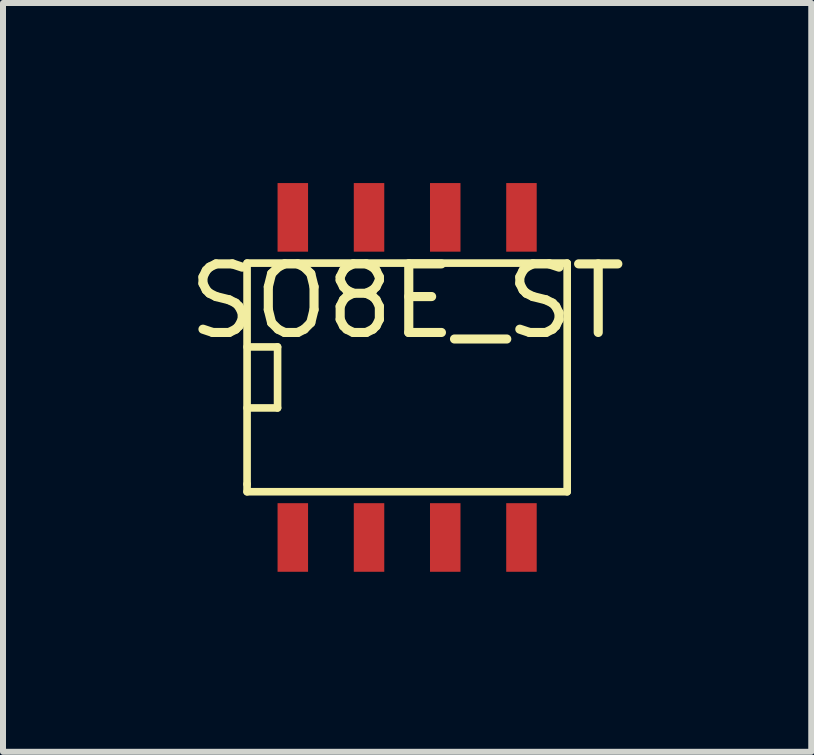
<source format=kicad_pcb>
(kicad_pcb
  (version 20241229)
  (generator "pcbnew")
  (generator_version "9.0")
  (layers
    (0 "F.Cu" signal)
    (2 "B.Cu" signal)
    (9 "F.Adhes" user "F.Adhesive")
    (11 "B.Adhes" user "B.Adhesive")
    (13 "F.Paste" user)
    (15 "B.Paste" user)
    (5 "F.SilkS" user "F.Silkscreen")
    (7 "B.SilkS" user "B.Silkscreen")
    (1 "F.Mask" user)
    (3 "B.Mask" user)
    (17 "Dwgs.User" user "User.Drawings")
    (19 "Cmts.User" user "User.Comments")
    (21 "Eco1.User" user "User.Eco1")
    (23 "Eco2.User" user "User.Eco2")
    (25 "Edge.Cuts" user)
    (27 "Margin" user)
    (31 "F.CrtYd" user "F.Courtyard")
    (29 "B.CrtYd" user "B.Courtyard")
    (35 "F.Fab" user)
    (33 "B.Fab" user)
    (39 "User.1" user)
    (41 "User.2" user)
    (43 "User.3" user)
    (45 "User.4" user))
  (footprint "SO8E_ST"
    (placed yes)
    (layer "F.Cu")
    (at 3.734 3.239)
    (property "Reference" "SO8E_ST" (at 0 -1.27 0) (layer "F.SilkS") (effects (font (size 1.143 1.143) (thickness 0.152))))
    (attr smd)
    (fp_line (start -2.667 -1.905) (end -2.667 1.778) (stroke (width 0.127) (type solid)) (layer "F.SilkS"))
    (fp_line (start -2.667 -0.508) (end -2.159 -0.508) (stroke (width 0.127) (type solid)) (layer "F.SilkS"))
    (fp_line (start -2.667 1.778) (end -2.667 1.905) (stroke (width 0.127) (type solid)) (layer "F.SilkS"))
    (fp_line (start -2.667 1.905) (end 2.667 1.905) (stroke (width 0.127) (type solid)) (layer "F.SilkS"))
    (fp_line (start -2.159 -0.508) (end -2.159 0.508) (stroke (width 0.127) (type solid)) (layer "F.SilkS"))
    (fp_line (start -2.159 0.508) (end -2.667 0.508) (stroke (width 0.127) (type solid)) (layer "F.SilkS"))
    (fp_line (start 2.667 -1.905) (end -2.667 -1.905) (stroke (width 0.127) (type solid)) (layer "F.SilkS"))
    (fp_line (start 2.667 -1.905) (end 2.667 1.905) (stroke (width 0.127) (type solid)) (layer "F.SilkS"))
    (pad "1" smd rect (at 1.905 2.667) (size 0.508 1.143) (layers "F.Cu" "F.Mask" "F.Paste"))
    (pad "2" smd rect (at -1.905 -2.667) (size 0.508 1.143) (layers "F.Cu" "F.Mask" "F.Paste"))
    (pad "2" smd rect (at -0.635 -2.667) (size 0.508 1.143) (layers "F.Cu" "F.Mask" "F.Paste"))
    (pad "2" smd rect (at 0.635 -2.667) (size 0.508 1.143) (layers "F.Cu" "F.Mask" "F.Paste"))
    (pad "2" smd rect (at 1.905 -2.667) (size 0.508 1.143) (layers "F.Cu" "F.Mask" "F.Paste"))
    (pad "3" smd rect (at -1.905 2.667) (size 0.508 1.143) (layers "F.Cu" "F.Mask" "F.Paste"))
    (pad "3" smd rect (at -0.635 2.667) (size 0.508 1.143) (layers "F.Cu" "F.Mask" "F.Paste"))
    (pad "3" smd rect (at 0.635 2.667) (size 0.508 1.143) (layers "F.Cu" "F.Mask" "F.Paste")))
  (gr_rect
    (start -3 -3)
    (end 10.468 9.477)
    (stroke (width 0.1) (type default))
    (fill no)
    (layer "Edge.Cuts")))
</source>
